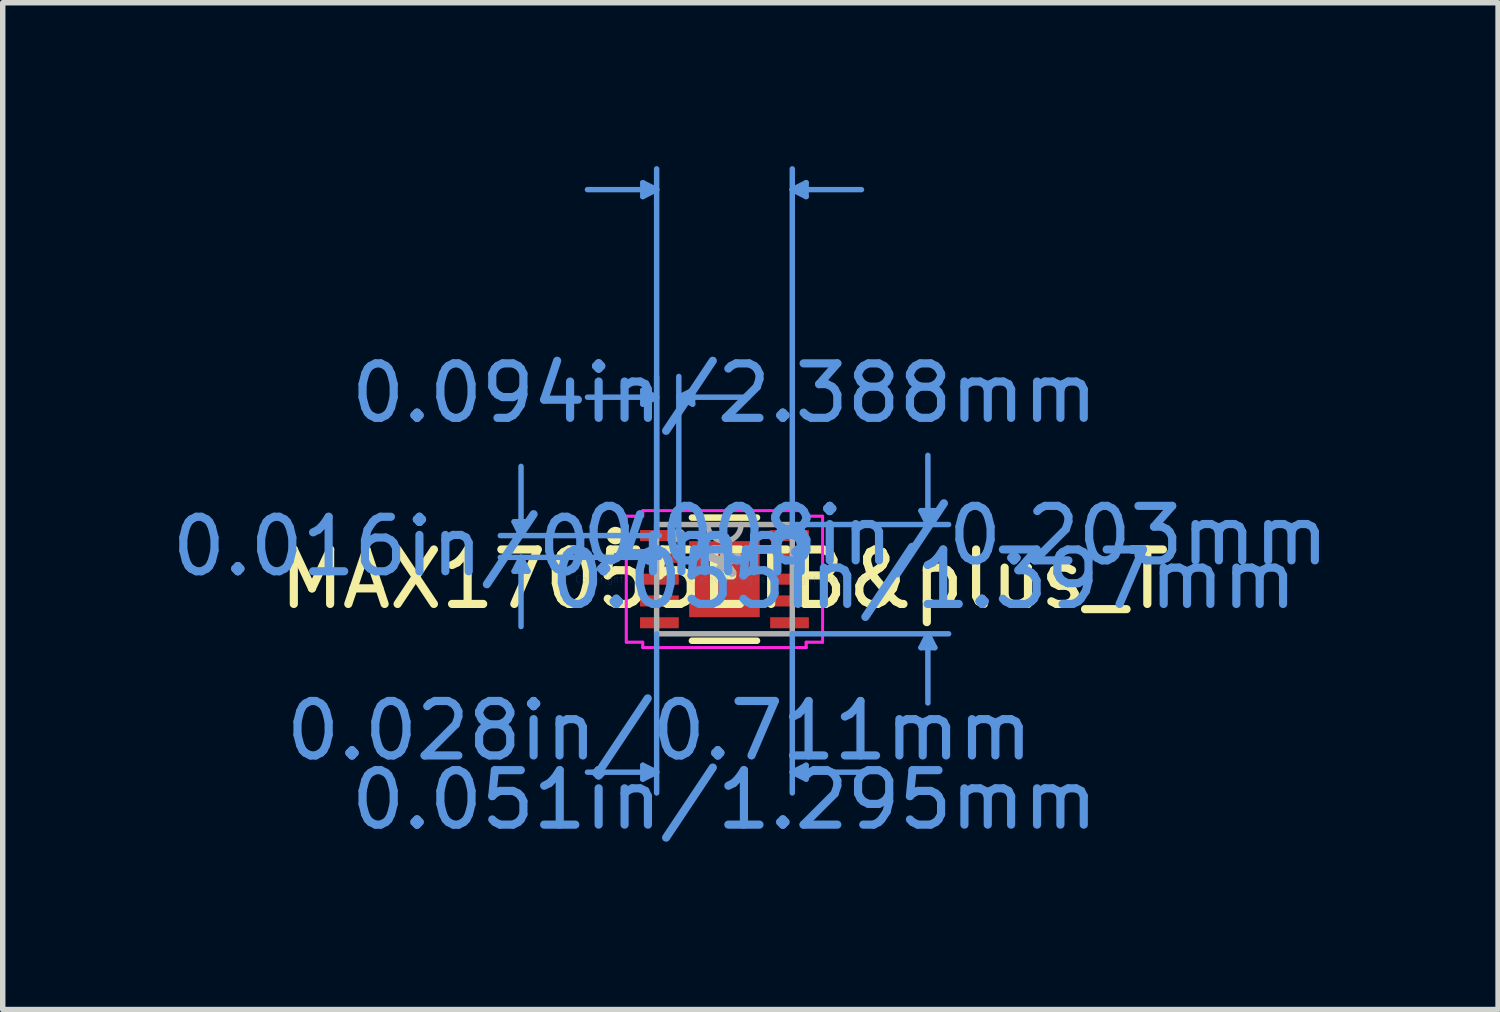
<source format=kicad_pcb>
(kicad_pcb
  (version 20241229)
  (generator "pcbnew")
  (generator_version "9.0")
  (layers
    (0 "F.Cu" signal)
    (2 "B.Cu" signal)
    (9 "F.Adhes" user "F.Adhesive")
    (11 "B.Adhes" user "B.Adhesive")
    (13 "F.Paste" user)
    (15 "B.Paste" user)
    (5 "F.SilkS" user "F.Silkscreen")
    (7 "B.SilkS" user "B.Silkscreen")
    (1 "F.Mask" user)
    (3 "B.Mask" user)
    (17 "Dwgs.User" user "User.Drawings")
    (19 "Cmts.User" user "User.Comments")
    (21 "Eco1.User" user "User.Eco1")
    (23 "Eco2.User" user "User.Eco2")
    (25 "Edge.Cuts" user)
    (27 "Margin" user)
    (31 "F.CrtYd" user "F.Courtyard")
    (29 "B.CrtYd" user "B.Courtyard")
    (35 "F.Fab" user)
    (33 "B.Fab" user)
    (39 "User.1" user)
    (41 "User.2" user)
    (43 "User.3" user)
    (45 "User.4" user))
  (footprint "MAX17055ETB&plus_T"
    (layer "F.Cu")
    (at 10.248 7.581)
    (property "Reference" "MAX17055ETB&plus_T" (at 0 0 0) (layer "F.SilkS") (effects (font (size 1 1) (thickness 0.15))))
    (attr through_hole)
    (fp_line (start -0.597 1.13) (end 0.597 1.13) (stroke (width 0.12) (type solid)) (layer "F.SilkS"))
    (fp_line (start 0.597 -1.13) (end -0.597 -1.13) (stroke (width 0.12) (type solid)) (layer "F.SilkS"))
    (fp_circle (center -2 -0.8) (end -1.899 -0.8) (stroke (width 0.12) (type solid)) (fill no) (layer "F.SilkS"))
    (fp_line (start -3.861 -1.054) (end -3.607 -1.054) (stroke (width 0.1) (type solid)) (layer "Cmts.User"))
    (fp_line (start -3.861 -0.146) (end -3.607 -0.146) (stroke (width 0.1) (type solid)) (layer "Cmts.User"))
    (fp_line (start -3.734 -0.8) (end -3.861 -1.054) (stroke (width 0.1) (type solid)) (layer "Cmts.User"))
    (fp_line (start -3.734 -0.8) (end -3.734 -2.07) (stroke (width 0.1) (type solid)) (layer "Cmts.User"))
    (fp_line (start -3.734 -0.8) (end -3.607 -1.054) (stroke (width 0.1) (type solid)) (layer "Cmts.User"))
    (fp_line (start -3.734 -0.4) (end -3.861 -0.146) (stroke (width 0.1) (type solid)) (layer "Cmts.User"))
    (fp_line (start -3.734 -0.4) (end -3.734 0.87) (stroke (width 0.1) (type solid)) (layer "Cmts.User"))
    (fp_line (start -3.734 -0.4) (end -3.607 -0.146) (stroke (width 0.1) (type solid)) (layer "Cmts.User"))
    (fp_line (start -1.499 -7.277) (end -1.499 -7.023) (stroke (width 0.1) (type solid)) (layer "Cmts.User"))
    (fp_line (start -1.499 -3.467) (end -1.499 -3.213) (stroke (width 0.1) (type solid)) (layer "Cmts.User"))
    (fp_line (start -1.499 3.416) (end -1.499 3.67) (stroke (width 0.1) (type solid)) (layer "Cmts.User"))
    (fp_line (start -1.245 -7.15) (end -2.515 -7.15) (stroke (width 0.1) (type solid)) (layer "Cmts.User"))
    (fp_line (start -1.245 -7.15) (end -1.499 -7.277) (stroke (width 0.1) (type solid)) (layer "Cmts.User"))
    (fp_line (start -1.245 -7.15) (end -1.499 -7.023) (stroke (width 0.1) (type solid)) (layer "Cmts.User"))
    (fp_line (start -1.245 -3.34) (end -2.515 -3.34) (stroke (width 0.1) (type solid)) (layer "Cmts.User"))
    (fp_line (start -1.245 -3.34) (end -1.499 -3.467) (stroke (width 0.1) (type solid)) (layer "Cmts.User"))
    (fp_line (start -1.245 -3.34) (end -1.499 -3.213) (stroke (width 0.1) (type solid)) (layer "Cmts.User"))
    (fp_line (start -1.245 -0.8) (end -1.245 -7.531) (stroke (width 0.1) (type solid)) (layer "Cmts.User"))
    (fp_line (start -1.245 -0.8) (end -1.245 -3.721) (stroke (width 0.1) (type solid)) (layer "Cmts.User"))
    (fp_line (start -1.245 1.003) (end -1.245 3.924) (stroke (width 0.1) (type solid)) (layer "Cmts.User"))
    (fp_line (start -1.245 3.543) (end -2.515 3.543) (stroke (width 0.1) (type solid)) (layer "Cmts.User"))
    (fp_line (start -1.245 3.543) (end -1.499 3.416) (stroke (width 0.1) (type solid)) (layer "Cmts.User"))
    (fp_line (start -1.245 3.543) (end -1.499 3.67) (stroke (width 0.1) (type solid)) (layer "Cmts.User"))
    (fp_line (start -1.194 -0.8) (end -4.115 -0.8) (stroke (width 0.1) (type solid)) (layer "Cmts.User"))
    (fp_line (start -1.194 -0.4) (end -4.115 -0.4) (stroke (width 0.1) (type solid)) (layer "Cmts.User"))
    (fp_line (start -0.838 -3.34) (end -0.584 -3.467) (stroke (width 0.1) (type solid)) (layer "Cmts.User"))
    (fp_line (start -0.838 -3.34) (end -0.584 -3.213) (stroke (width 0.1) (type solid)) (layer "Cmts.User"))
    (fp_line (start -0.838 -3.34) (end 0.432 -3.34) (stroke (width 0.1) (type solid)) (layer "Cmts.User"))
    (fp_line (start -0.838 -0.8) (end -0.838 -3.721) (stroke (width 0.1) (type solid)) (layer "Cmts.User"))
    (fp_line (start -0.584 -3.467) (end -0.584 -3.213) (stroke (width 0.1) (type solid)) (layer "Cmts.User"))
    (fp_line (start 1.245 -7.15) (end 1.499 -7.277) (stroke (width 0.1) (type solid)) (layer "Cmts.User"))
    (fp_line (start 1.245 -7.15) (end 1.499 -7.023) (stroke (width 0.1) (type solid)) (layer "Cmts.User"))
    (fp_line (start 1.245 -7.15) (end 2.515 -7.15) (stroke (width 0.1) (type solid)) (layer "Cmts.User"))
    (fp_line (start 1.245 -1.003) (end 4.115 -1.003) (stroke (width 0.1) (type solid)) (layer "Cmts.User"))
    (fp_line (start 1.245 -0.8) (end 1.245 -7.531) (stroke (width 0.1) (type solid)) (layer "Cmts.User"))
    (fp_line (start 1.245 1.003) (end 1.245 3.924) (stroke (width 0.1) (type solid)) (layer "Cmts.User"))
    (fp_line (start 1.245 1.003) (end 4.115 1.003) (stroke (width 0.1) (type solid)) (layer "Cmts.User"))
    (fp_line (start 1.245 3.543) (end 1.499 3.416) (stroke (width 0.1) (type solid)) (layer "Cmts.User"))
    (fp_line (start 1.245 3.543) (end 1.499 3.67) (stroke (width 0.1) (type solid)) (layer "Cmts.User"))
    (fp_line (start 1.245 3.543) (end 2.515 3.543) (stroke (width 0.1) (type solid)) (layer "Cmts.User"))
    (fp_line (start 1.499 -7.277) (end 1.499 -7.023) (stroke (width 0.1) (type solid)) (layer "Cmts.User"))
    (fp_line (start 1.499 3.416) (end 1.499 3.67) (stroke (width 0.1) (type solid)) (layer "Cmts.User"))
    (fp_line (start 3.607 -1.257) (end 3.861 -1.257) (stroke (width 0.1) (type solid)) (layer "Cmts.User"))
    (fp_line (start 3.607 1.257) (end 3.861 1.257) (stroke (width 0.1) (type solid)) (layer "Cmts.User"))
    (fp_line (start 3.734 -1.003) (end 3.607 -1.257) (stroke (width 0.1) (type solid)) (layer "Cmts.User"))
    (fp_line (start 3.734 -1.003) (end 3.734 -2.273) (stroke (width 0.1) (type solid)) (layer "Cmts.User"))
    (fp_line (start 3.734 -1.003) (end 3.861 -1.257) (stroke (width 0.1) (type solid)) (layer "Cmts.User"))
    (fp_line (start 3.734 1.003) (end 3.607 1.257) (stroke (width 0.1) (type solid)) (layer "Cmts.User"))
    (fp_line (start 3.734 1.003) (end 3.734 2.273) (stroke (width 0.1) (type solid)) (layer "Cmts.User"))
    (fp_line (start 3.734 1.003) (end 3.861 1.257) (stroke (width 0.1) (type solid)) (layer "Cmts.User"))
    (fp_line (start -1.803 -1.156) (end -1.499 -1.156) (stroke (width 0.05) (type solid)) (layer "F.CrtYd"))
    (fp_line (start -1.803 -1.156) (end -1.499 -1.156) (stroke (width 0.05) (type solid)) (layer "F.CrtYd"))
    (fp_line (start -1.803 1.156) (end -1.803 -1.156) (stroke (width 0.05) (type solid)) (layer "F.CrtYd"))
    (fp_line (start -1.803 1.156) (end -1.803 -1.156) (stroke (width 0.05) (type solid)) (layer "F.CrtYd"))
    (fp_line (start -1.803 1.156) (end -1.499 1.156) (stroke (width 0.05) (type solid)) (layer "F.CrtYd"))
    (fp_line (start -1.499 -1.257) (end 1.499 -1.257) (stroke (width 0.05) (type solid)) (layer "F.CrtYd"))
    (fp_line (start -1.499 -1.257) (end 1.499 -1.257) (stroke (width 0.05) (type solid)) (layer "F.CrtYd"))
    (fp_line (start -1.499 -1.156) (end -1.499 -1.257) (stroke (width 0.05) (type solid)) (layer "F.CrtYd"))
    (fp_line (start -1.499 -1.156) (end -1.499 -1.257) (stroke (width 0.05) (type solid)) (layer "F.CrtYd"))
    (fp_line (start -1.499 1.156) (end -1.803 1.156) (stroke (width 0.05) (type solid)) (layer "F.CrtYd"))
    (fp_line (start -1.499 1.257) (end -1.499 1.156) (stroke (width 0.05) (type solid)) (layer "F.CrtYd"))
    (fp_line (start -1.499 1.257) (end -1.499 1.156) (stroke (width 0.05) (type solid)) (layer "F.CrtYd"))
    (fp_line (start 1.499 -1.257) (end 1.499 -1.156) (stroke (width 0.05) (type solid)) (layer "F.CrtYd"))
    (fp_line (start 1.499 -1.257) (end 1.499 -1.156) (stroke (width 0.05) (type solid)) (layer "F.CrtYd"))
    (fp_line (start 1.499 -1.156) (end 1.803 -1.156) (stroke (width 0.05) (type solid)) (layer "F.CrtYd"))
    (fp_line (start 1.499 1.156) (end 1.499 1.257) (stroke (width 0.05) (type solid)) (layer "F.CrtYd"))
    (fp_line (start 1.499 1.156) (end 1.499 1.257) (stroke (width 0.05) (type solid)) (layer "F.CrtYd"))
    (fp_line (start 1.499 1.257) (end -1.499 1.257) (stroke (width 0.05) (type solid)) (layer "F.CrtYd"))
    (fp_line (start 1.499 1.257) (end -1.499 1.257) (stroke (width 0.05) (type solid)) (layer "F.CrtYd"))
    (fp_line (start 1.803 -1.156) (end 1.499 -1.156) (stroke (width 0.05) (type solid)) (layer "F.CrtYd"))
    (fp_line (start 1.803 -1.156) (end 1.803 1.156) (stroke (width 0.05) (type solid)) (layer "F.CrtYd"))
    (fp_line (start 1.803 -1.156) (end 1.803 1.156) (stroke (width 0.05) (type solid)) (layer "F.CrtYd"))
    (fp_line (start 1.803 1.156) (end 1.499 1.156) (stroke (width 0.05) (type solid)) (layer "F.CrtYd"))
    (fp_line (start 1.803 1.156) (end 1.499 1.156) (stroke (width 0.05) (type solid)) (layer "F.CrtYd"))
    (fp_line (start -1.245 -1.003) (end -1.245 1.003) (stroke (width 0.1) (type solid)) (layer "F.Fab"))
    (fp_line (start -1.245 1.003) (end 1.245 1.003) (stroke (width 0.1) (type solid)) (layer "F.Fab"))
    (fp_line (start 1.245 -1.003) (end -1.245 -1.003) (stroke (width 0.1) (type solid)) (layer "F.Fab"))
    (fp_line (start 1.245 1.003) (end 1.245 -1.003) (stroke (width 0.1) (type solid)) (layer "F.Fab"))
    (fp_arc (start 0.3048 -1.0033) (mid 0 -0.6985) (end -0.3048 -1.0033) (stroke (width 0.1) (type solid)) (layer "F.Fab"))
    (fp_circle (center -0.838 -0.8) (end -0.762 -0.8) (stroke (width 0.1) (type solid)) (fill no) (layer "F.Fab"))
    (fp_text user "*" (at 0 0 0) (layer "F.SilkS") (effects (font (size 1 1) (thickness 0.15))))
    (fp_text user "0.016in/0.4mm" (at -4.242 -0.6 0) (layer "Cmts.User") (effects (font (size 1 1) (thickness 0.15))))
    (fp_text user "0.008in/0.203mm" (at 4.242 -0.8 0) (layer "Cmts.User") (effects (font (size 1 1) (thickness 0.15))))
    (fp_text user "0.051in/1.295mm" (at 0 4.051 0) (layer "Cmts.User") (effects (font (size 1 1) (thickness 0.15))))
    (fp_text user "0.055in/1.397mm" (at 3.658 0 0) (layer "Cmts.User") (effects (font (size 1 1) (thickness 0.15))))
    (fp_text user "0.094in/2.388mm" (at 0 -3.416 0) (layer "Cmts.User") (effects (font (size 1 1) (thickness 0.15))))
    (fp_text user "0.028in/0.711mm" (at -1.194 2.781 0) (layer "Cmts.User") (effects (font (size 1 1) (thickness 0.15))))
    (fp_text user "Copyright 2021 Accelerated Designs. All rights reserved." (at 0 0 0) (layer "Cmts.User") (effects (font (size 0.127 0.127) (thickness 0.002))))
    (fp_text user "*" (at 0 0 0) (layer "F.Fab") (effects (font (size 1 1) (thickness 0.15))))
    (pad "1" smd rect (at -1.194 -0.8) (size 0.711 0.203) (layers "F.Cu" "F.Mask" "F.Paste"))
    (pad "2" smd rect (at -1.194 -0.4) (size 0.711 0.203) (layers "F.Cu" "F.Mask" "F.Paste"))
    (pad "3" smd rect (at -1.194 0) (size 0.711 0.203) (layers "F.Cu" "F.Mask" "F.Paste"))
    (pad "4" smd rect (at -1.194 0.4) (size 0.711 0.203) (layers "F.Cu" "F.Mask" "F.Paste"))
    (pad "5" smd rect (at -1.194 0.8) (size 0.711 0.203) (layers "F.Cu" "F.Mask" "F.Paste"))
    (pad "6" smd rect (at 1.194 0.8) (size 0.711 0.203) (layers "F.Cu" "F.Mask" "F.Paste"))
    (pad "7" smd rect (at 1.194 0.4) (size 0.711 0.203) (layers "F.Cu" "F.Mask" "F.Paste"))
    (pad "8" smd rect (at 1.194 0) (size 0.711 0.203) (layers "F.Cu" "F.Mask" "F.Paste"))
    (pad "9" smd rect (at 1.194 -0.4) (size 0.711 0.203) (layers "F.Cu" "F.Mask" "F.Paste"))
    (pad "10" smd rect (at 1.194 -0.8) (size 0.711 0.203) (layers "F.Cu" "F.Mask" "F.Paste"))
    (pad "11" smd rect (at 0 0) (size 1.295 1.397) (layers "F.Cu" "F.Mask" "F.Paste")))
  (gr_rect
    (start -3 -3)
    (end 24.448 15.481)
    (stroke (width 0.1) (type default))
    (fill no)
    (layer "Edge.Cuts")))
</source>
